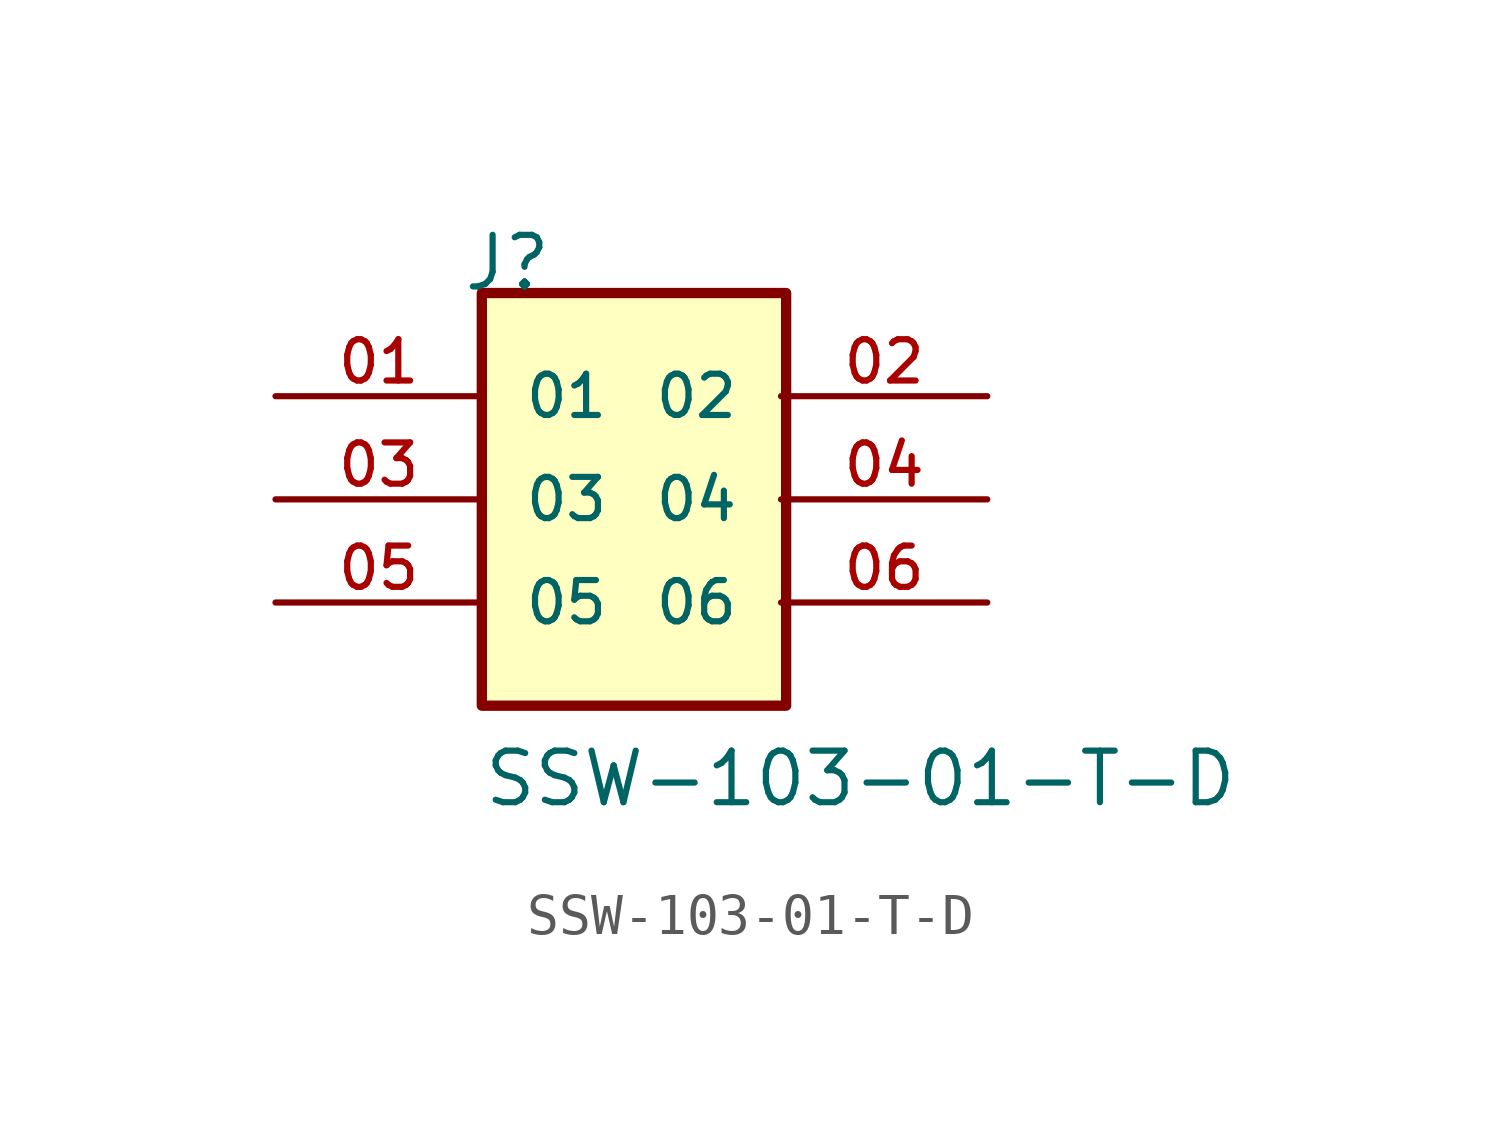
<source format=kicad_sym>
(kicad_symbol_lib
  (version 20220914)
  (generator kicad_symbol_editor)
  (symbol "SSW-103-01-T-D"
    (pin_names
      (offset 1.016))
    (property "Reference" "J"
      (at -8.12 5.08 0)
      (effects (font (size 1.27 1.27)) (justify left bottom)))
    (property "Value" "SSW-103-01-T-D"
      (at -7.62 -7.62 0)
      (effects (font (size 1.27 1.27)) (justify left bottom)))
    (symbol "SSW-103-01-T-D_0_0"
      (rectangle (start -7.62 5.08) (end -0.127 -5.08) (stroke (width 0.254) (type default)) (fill (type background)))
      (pin passive line (at -12.7 2.54 0) (length 5.08) (name "01" (effects (font (size 1.016 1.016)))) (number "01" (effects (font (size 1.016 1.016)))))
      (pin passive line (at 4.826 2.54 180) (length 5.08) (name "02" (effects (font (size 1.016 1.016)))) (number "02" (effects (font (size 1.016 1.016)))))
      (pin passive line (at -12.7 0 0) (length 5.08) (name "03" (effects (font (size 1.016 1.016)))) (number "03" (effects (font (size 1.016 1.016)))))
      (pin passive line (at 4.826 0 180) (length 5.08) (name "04" (effects (font (size 1.016 1.016)))) (number "04" (effects (font (size 1.016 1.016)))))
      (pin passive line (at -12.7 -2.54 0) (length 5.08) (name "05" (effects (font (size 1.016 1.016)))) (number "05" (effects (font (size 1.016 1.016)))))
      (pin passive line (at 4.826 -2.54 180) (length 5.08) (name "06" (effects (font (size 1.016 1.016)))) (number "06" (effects (font (size 1.016 1.016))))))))
</source>
